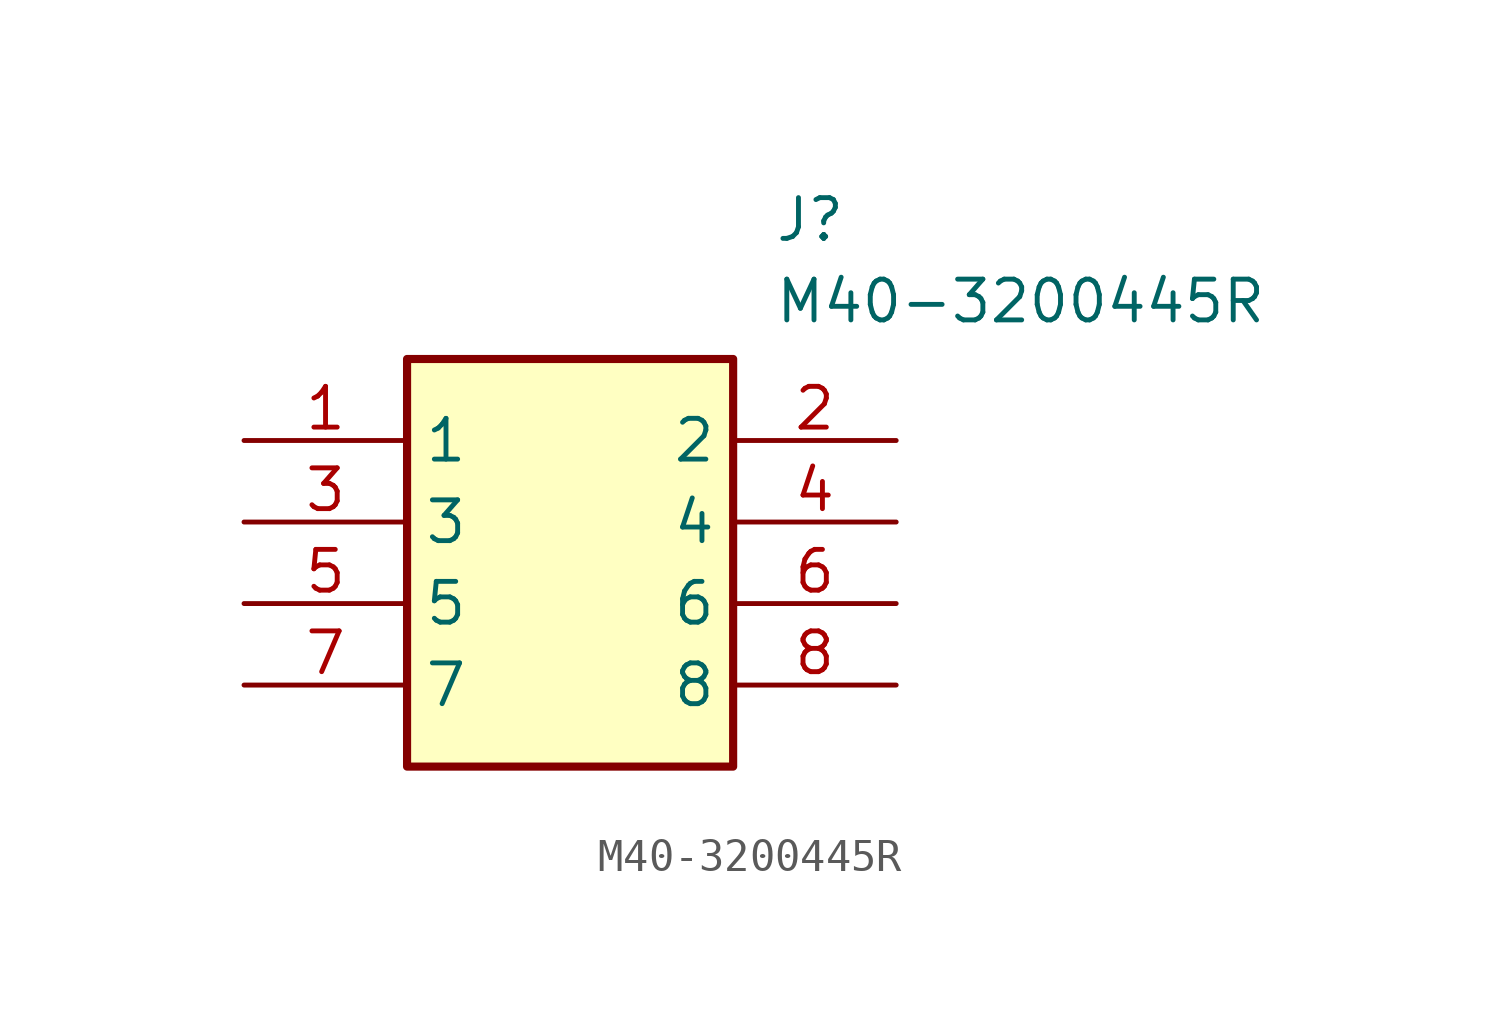
<source format=kicad_sym>
(kicad_symbol_lib
  (version 20211014)
  (generator SamacSys_ECAD_Model)
  (symbol "M40-3200445R"
    (property "Reference" "J"
      (at 16.51 7.62 0)
      (effects (font (size 1.27 1.27)) (justify left top)))
    (property "Value" "M40-3200445R"
      (at 16.51 5.08 0)
      (effects (font (size 1.27 1.27)) (justify left top)))
    (rectangle
      (start 5.08 2.54)
      (end 15.24 -10.16)
      (stroke (width 0.254) (type default))
      (fill (type background)))
    (pin passive line
      (at 0 0 0)
      (length 5.08)
      (name "1" (effects (font (size 1.27 1.27))))
      (number "1" (effects (font (size 1.27 1.27)))))
    (pin passive line
      (at 0 -2.54 0)
      (length 5.08)
      (name "3" (effects (font (size 1.27 1.27))))
      (number "3" (effects (font (size 1.27 1.27)))))
    (pin passive line
      (at 0 -5.08 0)
      (length 5.08)
      (name "5" (effects (font (size 1.27 1.27))))
      (number "5" (effects (font (size 1.27 1.27)))))
    (pin passive line
      (at 0 -7.62 0)
      (length 5.08)
      (name "7" (effects (font (size 1.27 1.27))))
      (number "7" (effects (font (size 1.27 1.27)))))
    (pin passive line
      (at 20.32 0 180)
      (length 5.08)
      (name "2" (effects (font (size 1.27 1.27))))
      (number "2" (effects (font (size 1.27 1.27)))))
    (pin passive line
      (at 20.32 -2.54 180)
      (length 5.08)
      (name "4" (effects (font (size 1.27 1.27))))
      (number "4" (effects (font (size 1.27 1.27)))))
    (pin passive line
      (at 20.32 -5.08 180)
      (length 5.08)
      (name "6" (effects (font (size 1.27 1.27))))
      (number "6" (effects (font (size 1.27 1.27)))))
    (pin passive line
      (at 20.32 -7.62 180)
      (length 5.08)
      (name "8" (effects (font (size 1.27 1.27))))
      (number "8" (effects (font (size 1.27 1.27)))))))
</source>
